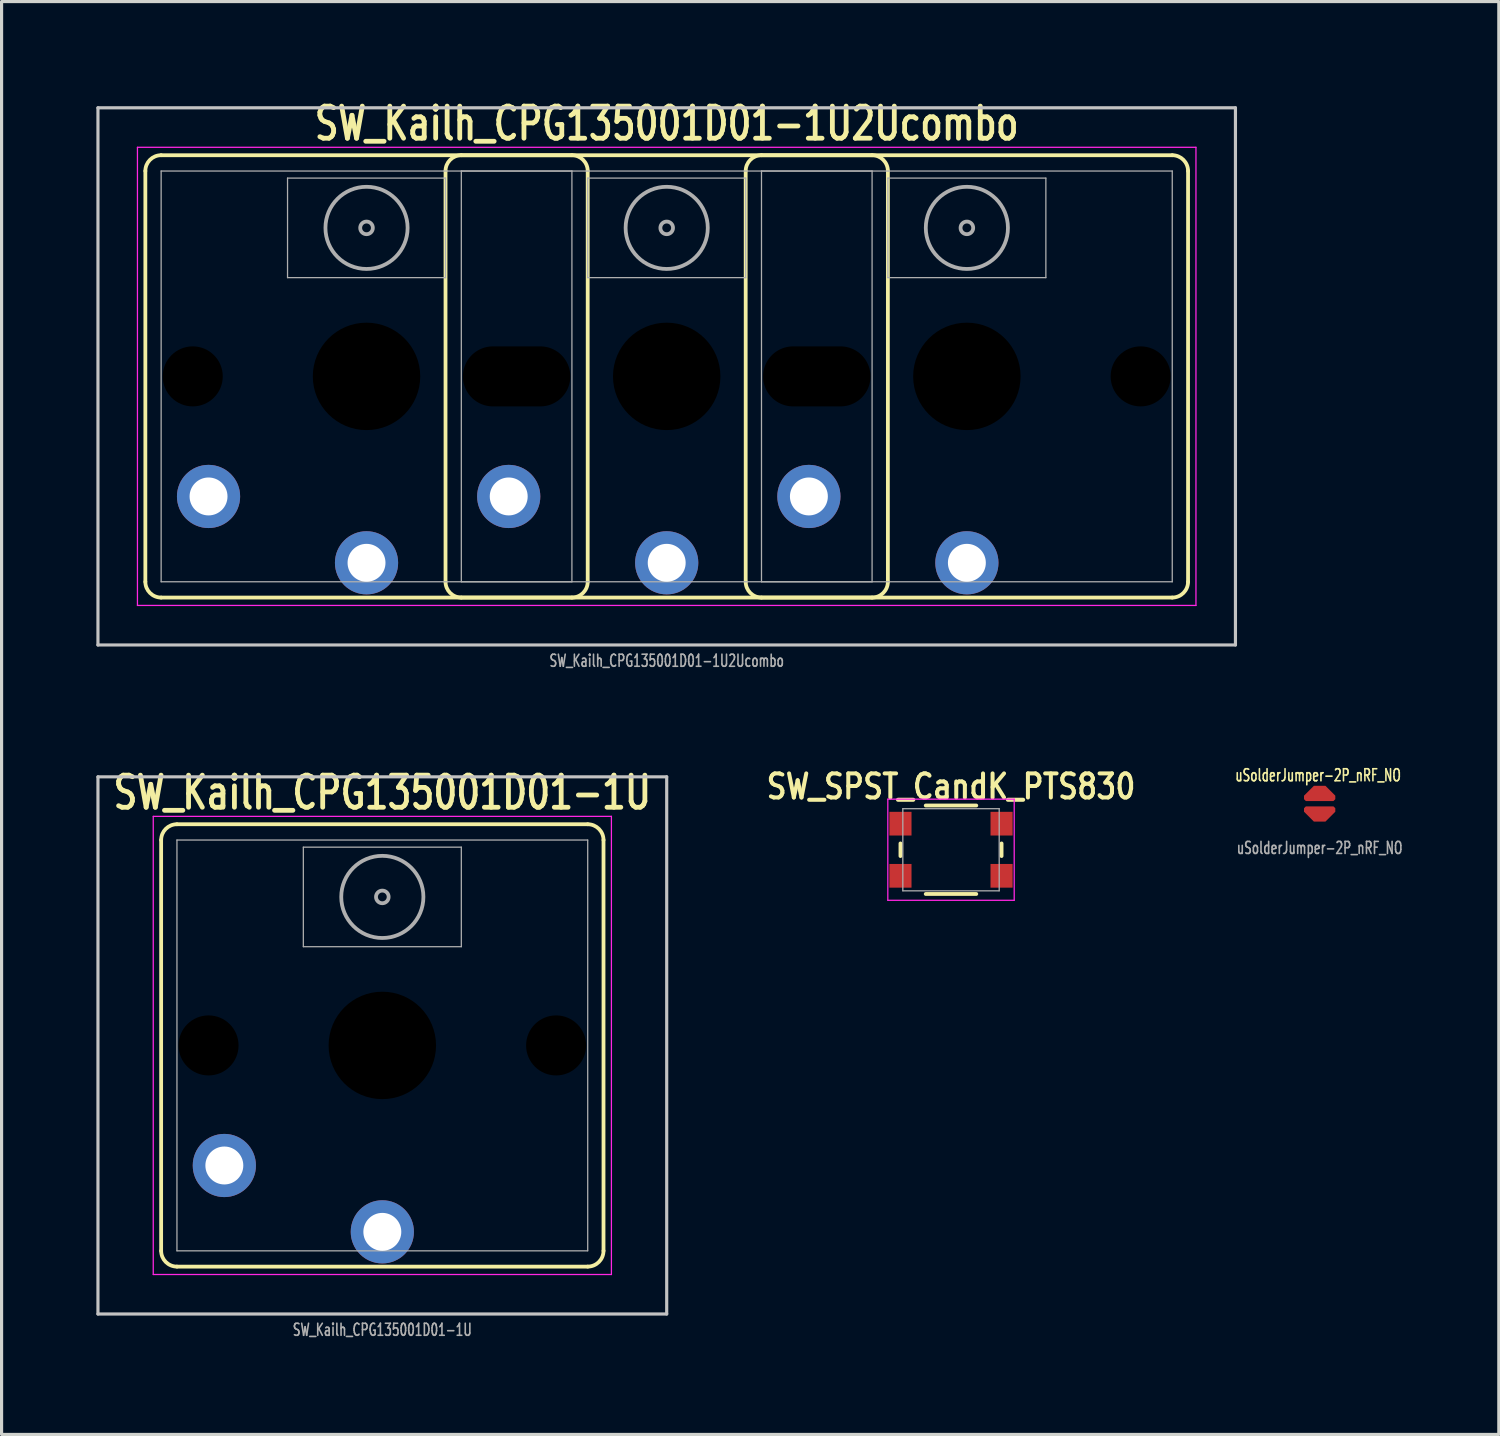
<source format=kicad_pcb>
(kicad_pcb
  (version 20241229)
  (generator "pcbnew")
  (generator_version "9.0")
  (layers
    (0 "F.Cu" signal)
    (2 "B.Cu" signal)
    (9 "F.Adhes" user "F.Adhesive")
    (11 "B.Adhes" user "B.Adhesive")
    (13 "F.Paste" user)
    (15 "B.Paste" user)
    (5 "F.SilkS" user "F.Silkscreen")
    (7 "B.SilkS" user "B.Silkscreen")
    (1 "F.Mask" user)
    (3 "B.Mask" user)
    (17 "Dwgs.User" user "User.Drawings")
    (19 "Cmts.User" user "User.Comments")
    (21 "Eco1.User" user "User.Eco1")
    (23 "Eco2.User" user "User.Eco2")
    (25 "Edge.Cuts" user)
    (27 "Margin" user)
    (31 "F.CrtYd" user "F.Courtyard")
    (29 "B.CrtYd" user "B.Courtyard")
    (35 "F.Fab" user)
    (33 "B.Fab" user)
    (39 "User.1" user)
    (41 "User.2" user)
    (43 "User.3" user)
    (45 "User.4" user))
  (footprint "SW_SPST_CandK_PTS830"
    (layer "F.Cu")
    (at 27.048 23.843)
    (property "Reference" "SW_SPST_CandK_PTS830" (at 0 -2 0) (layer "F.SilkS") (effects (font (size 0.762 0.635) (thickness 0.127))))
    (attr smd)
    (fp_line (start -1.6 -0.2) (end -1.6 0.2) (stroke (width 0.12) (type solid)) (layer "F.SilkS"))
    (fp_line (start -0.8 -1.4) (end 0.8 -1.4) (stroke (width 0.12) (type solid)) (layer "F.SilkS"))
    (fp_line (start -0.8 1.4) (end 0.8 1.4) (stroke (width 0.12) (type solid)) (layer "F.SilkS"))
    (fp_line (start 1.6 -0.2) (end 1.6 0.2) (stroke (width 0.12) (type solid)) (layer "F.SilkS"))
    (fp_line (start -2 -1.6) (end -2 1.6) (stroke (width 0.04) (type solid)) (layer "F.CrtYd"))
    (fp_line (start -2 -1.6) (end 2 -1.6) (stroke (width 0.04) (type solid)) (layer "F.CrtYd"))
    (fp_line (start -2 1.6) (end 2 1.6) (stroke (width 0.04) (type solid)) (layer "F.CrtYd"))
    (fp_line (start 2 -1.6) (end 2 1.6) (stroke (width 0.04) (type solid)) (layer "F.CrtYd"))
    (fp_line (start -1.525 -1.3) (end -1.525 1.3) (stroke (width 0.04) (type solid)) (layer "F.Fab"))
    (fp_line (start -1.525 -1.3) (end 1.525 -1.3) (stroke (width 0.04) (type solid)) (layer "F.Fab"))
    (fp_line (start 1.525 -1.3) (end 1.525 1.3) (stroke (width 0.04) (type solid)) (layer "F.Fab"))
    (fp_line (start 1.525 1.3) (end -1.525 1.3) (stroke (width 0.04) (type solid)) (layer "F.Fab"))
    (pad "1" smd rect (at -1.6 -0.825) (size 0.7 0.75) (layers "F.Cu" "F.Mask" "F.Paste"))
    (pad "1" smd rect (at 1.6 -0.825) (size 0.7 0.75) (layers "F.Cu" "F.Mask" "F.Paste"))
    (pad "2" smd rect (at -1.6 0.825) (size 0.7 0.75) (layers "F.Cu" "F.Mask" "F.Paste"))
    (pad "2" smd rect (at 1.6 0.825) (size 0.7 0.75) (layers "F.Cu" "F.Mask" "F.Paste")))
  (footprint "SW_Kailh_CPG135001D01-1U"
    (layer "F.Cu")
    (at 9.05 30.036)
    (property "Reference" "SW_Kailh_CPG135001D01-1U" (at 0 -8 0) (unlocked yes) (layer "F.SilkS") (effects (font (size 1.016 0.762) (thickness 0.152))))
    (attr through_hole)
    (fp_line (start -7 -6.5) (end -7 6.5) (stroke (width 0.12) (type solid)) (layer "F.SilkS"))
    (fp_line (start 6.5 -7) (end -6.5 -7) (stroke (width 0.12) (type solid)) (layer "F.SilkS"))
    (fp_line (start 6.5 7) (end -6.5 7) (stroke (width 0.12) (type solid)) (layer "F.SilkS"))
    (fp_line (start 7 6.5) (end 7 -6.5) (stroke (width 0.12) (type solid)) (layer "F.SilkS"))
    (fp_arc (start -7 -6.5) (mid -6.853553 -6.853553) (end -6.5 -7) (stroke (width 0.12) (type solid)) (layer "F.SilkS"))
    (fp_arc (start -6.5 7) (mid -6.853553 6.853553) (end -7 6.5) (stroke (width 0.12) (type solid)) (layer "F.SilkS"))
    (fp_arc (start 6.5 -7) (mid 6.853553 -6.853553) (end 7 -6.5) (stroke (width 0.12) (type solid)) (layer "F.SilkS"))
    (fp_arc (start 7 6.5) (mid 6.853553 6.853553) (end 6.5 7) (stroke (width 0.12) (type solid)) (layer "F.SilkS"))
    (fp_line (start -9 -8.5) (end -9 8.5) (stroke (width 0.1) (type solid)) (layer "Dwgs.User"))
    (fp_line (start -9 8.5) (end 9 8.5) (stroke (width 0.1) (type solid)) (layer "Dwgs.User"))
    (fp_line (start 9 -8.5) (end -9 -8.5) (stroke (width 0.1) (type solid)) (layer "Dwgs.User"))
    (fp_line (start 9 8.5) (end 9 -8.5) (stroke (width 0.1) (type solid)) (layer "Dwgs.User"))
    (fp_line (start -7.25 7.25) (end -7.25 -7.25) (stroke (width 0.04) (type solid)) (layer "F.CrtYd"))
    (fp_line (start -7.25 7.25) (end 7.25 7.25) (stroke (width 0.04) (type solid)) (layer "F.CrtYd"))
    (fp_line (start 7.25 -7.25) (end -7.25 -7.25) (stroke (width 0.04) (type solid)) (layer "F.CrtYd"))
    (fp_line (start 7.25 -7.25) (end 7.25 7.25) (stroke (width 0.04) (type solid)) (layer "F.CrtYd"))
    (fp_line (start -6.5 -6.5) (end 6.5 -6.5) (stroke (width 0.04) (type solid)) (layer "F.Fab"))
    (fp_line (start -6.5 6.5) (end -6.5 -6.5) (stroke (width 0.04) (type solid)) (layer "F.Fab"))
    (fp_line (start -2.5 -6.275) (end 2.5 -6.275) (stroke (width 0.04) (type solid)) (layer "F.Fab"))
    (fp_line (start -2.5 -3.125) (end -2.5 -6.275) (stroke (width 0.04) (type solid)) (layer "F.Fab"))
    (fp_line (start -2.5 -3.125) (end 2.5 -3.125) (stroke (width 0.04) (type solid)) (layer "F.Fab"))
    (fp_line (start 2.5 -3.125) (end 2.5 -6.275) (stroke (width 0.04) (type solid)) (layer "F.Fab"))
    (fp_line (start 6.5 -6.5) (end 6.5 6.5) (stroke (width 0.04) (type solid)) (layer "F.Fab"))
    (fp_line (start 6.5 6.5) (end -6.5 6.5) (stroke (width 0.04) (type solid)) (layer "F.Fab"))
    (fp_circle (center 0 -4.7) (end 0.2 -4.7) (stroke (width 0.12) (type solid)) (fill no) (layer "F.Fab"))
    (fp_circle (center 0 -4.7) (end 1.3 -4.7) (stroke (width 0.12) (type solid)) (fill no) (layer "F.Fab"))
    (fp_text user "${REFERENCE}" (at 0 9 0) (unlocked yes) (layer "F.Fab") (effects (font (size 0.381 0.254) (thickness 0.051))))
    (pad "" np_thru_hole circle (at -5.5 0) (size 1.9 1.9) (drill 1.9) (layers "*.Mask"))
    (pad "" np_thru_hole circle (at 0 0) (size 3.4 3.4) (drill 3.4) (layers "*.Mask"))
    (pad "" np_thru_hole circle (at 5.5 0) (size 1.9 1.9) (drill 1.9) (layers "*.Mask"))
    (pad "1" thru_hole circle (at -5 3.8) (size 2 2) (drill 1.2) (layers "*.Cu" "*.Mask"))
    (pad "2" thru_hole circle (at 0 5.9) (size 2 2) (drill 1.2) (layers "*.Cu" "*.Mask")))
  (footprint "uSolderJumper-2P_nRF_NO"
    (layer "F.Cu")
    (at 38.715 22.386)
    (property "Reference" "uSolderJumper-2P_nRF_NO" (at -0.05 -0.9 0) (unlocked yes) (layer "F.SilkS") (effects (font (size 0.381 0.254) (thickness 0.051))))
    (attr smd exclude_from_pos_files exclude_from_bom)
    (fp_text user "${REFERENCE}" (at 0 1.4 0) (unlocked yes) (layer "F.Fab") (effects (font (size 0.381 0.254) (thickness 0.051))))
    (pad "1" smd custom (at 0 -0.3) (size 0.254 0.254) (layers "F.Cu" "F.Mask") (options (anchor circle)) (primitives (gr_poly (pts (xy -0.432 0.203) (xy -0.483 0.152) (xy -0.483 0.051) (xy -0.178 -0.254) (xy 0.178 -0.254) (xy 0.483 0.051) (xy 0.483 0.152) (xy 0.432 0.203)) (width 0.025) (fill yes))))
    (pad "2" smd custom (at 0 0.3 180) (size 0.254 0.254) (layers "F.Cu" "F.Mask") (options (anchor circle)) (primitives (gr_poly (pts (xy -0.432 0.203) (xy -0.483 0.152) (xy -0.483 0.051) (xy -0.178 -0.254) (xy 0.178 -0.254) (xy 0.483 0.051) (xy 0.483 0.152) (xy 0.432 0.203)) (width 0.025) (fill yes)))))
  (footprint "SW_Kailh_CPG135001D01-1U2Ucombo"
    (layer "F.Cu")
    (at 18.05 8.862)
    (property "Reference" "SW_Kailh_CPG135001D01-1U2Ucombo" (at 0 -8 0) (unlocked yes) (layer "F.SilkS") (effects (font (size 1.016 0.762) (thickness 0.152))))
    (attr through_hole)
    (fp_line (start -16.5 -6.5) (end -16.5 6.5) (stroke (width 0.12) (type solid)) (layer "F.SilkS"))
    (fp_line (start -7 -6.5) (end -7 6.5) (stroke (width 0.12) (type solid)) (layer "F.SilkS"))
    (fp_line (start -3 -7) (end -16 -7) (stroke (width 0.12) (type solid)) (layer "F.SilkS"))
    (fp_line (start -3 7) (end -16 7) (stroke (width 0.12) (type solid)) (layer "F.SilkS"))
    (fp_line (start -2.5 6.5) (end -2.5 -6.5) (stroke (width 0.12) (type solid)) (layer "F.SilkS"))
    (fp_line (start 2.5 -6.5) (end 2.5 6.5) (stroke (width 0.12) (type solid)) (layer "F.SilkS"))
    (fp_line (start 6.5 -7) (end -6.5 -7) (stroke (width 0.12) (type solid)) (layer "F.SilkS"))
    (fp_line (start 6.5 7) (end -6.5 7) (stroke (width 0.12) (type solid)) (layer "F.SilkS"))
    (fp_line (start 7 6.5) (end 7 -6.5) (stroke (width 0.12) (type solid)) (layer "F.SilkS"))
    (fp_line (start 16 -7) (end 3 -7) (stroke (width 0.12) (type solid)) (layer "F.SilkS"))
    (fp_line (start 16 7) (end 3 7) (stroke (width 0.12) (type solid)) (layer "F.SilkS"))
    (fp_line (start 16.5 6.5) (end 16.5 -6.5) (stroke (width 0.12) (type solid)) (layer "F.SilkS"))
    (fp_arc (start -16.5 -6.5) (mid -16.353553 -6.853553) (end -16 -7) (stroke (width 0.12) (type solid)) (layer "F.SilkS"))
    (fp_arc (start -16 7) (mid -16.353553 6.853553) (end -16.5 6.5) (stroke (width 0.12) (type solid)) (layer "F.SilkS"))
    (fp_arc (start -7 -6.5) (mid -6.853553 -6.853553) (end -6.5 -7) (stroke (width 0.12) (type solid)) (layer "F.SilkS"))
    (fp_arc (start -6.5 7) (mid -6.853553 6.853553) (end -7 6.5) (stroke (width 0.12) (type solid)) (layer "F.SilkS"))
    (fp_arc (start -3 -7) (mid -2.646447 -6.853553) (end -2.5 -6.5) (stroke (width 0.12) (type solid)) (layer "F.SilkS"))
    (fp_arc (start -2.5 6.5) (mid -2.646447 6.853553) (end -3 7) (stroke (width 0.12) (type solid)) (layer "F.SilkS"))
    (fp_arc (start 2.5 -6.5) (mid 2.646447 -6.853553) (end 3 -7) (stroke (width 0.12) (type solid)) (layer "F.SilkS"))
    (fp_arc (start 3 7) (mid 2.646447 6.853553) (end 2.5 6.5) (stroke (width 0.12) (type solid)) (layer "F.SilkS"))
    (fp_arc (start 6.5 -7) (mid 6.853553 -6.853553) (end 7 -6.5) (stroke (width 0.12) (type solid)) (layer "F.SilkS"))
    (fp_arc (start 7 6.5) (mid 6.853553 6.853553) (end 6.5 7) (stroke (width 0.12) (type solid)) (layer "F.SilkS"))
    (fp_arc (start 16 -7) (mid 16.353553 -6.853553) (end 16.5 -6.5) (stroke (width 0.12) (type solid)) (layer "F.SilkS"))
    (fp_arc (start 16.5 6.5) (mid 16.353553 6.853553) (end 16 7) (stroke (width 0.12) (type solid)) (layer "F.SilkS"))
    (fp_line (start -18 -8.5) (end -18 8.5) (stroke (width 0.1) (type solid)) (layer "Dwgs.User"))
    (fp_line (start -18 8.5) (end 18 8.5) (stroke (width 0.1) (type solid)) (layer "Dwgs.User"))
    (fp_line (start 18 -8.5) (end -18 -8.5) (stroke (width 0.1) (type solid)) (layer "Dwgs.User"))
    (fp_line (start 18 8.5) (end 18 -8.5) (stroke (width 0.1) (type solid)) (layer "Dwgs.User"))
    (fp_line (start -16.75 7.25) (end -16.75 -7.25) (stroke (width 0.04) (type solid)) (layer "F.CrtYd"))
    (fp_line (start -16.75 7.25) (end 16.75 7.25) (stroke (width 0.04) (type solid)) (layer "F.CrtYd"))
    (fp_line (start 16.75 -7.25) (end -16.75 -7.25) (stroke (width 0.04) (type solid)) (layer "F.CrtYd"))
    (fp_line (start 16.75 -7.25) (end 16.75 7.25) (stroke (width 0.04) (type solid)) (layer "F.CrtYd"))
    (fp_line (start -16 -6.5) (end -3 -6.5) (stroke (width 0.04) (type solid)) (layer "F.Fab"))
    (fp_line (start -16 6.5) (end -16 -6.5) (stroke (width 0.04) (type solid)) (layer "F.Fab"))
    (fp_line (start -12 -6.275) (end -7 -6.275) (stroke (width 0.04) (type solid)) (layer "F.Fab"))
    (fp_line (start -12 -3.125) (end -12 -6.275) (stroke (width 0.04) (type solid)) (layer "F.Fab"))
    (fp_line (start -12 -3.125) (end -7 -3.125) (stroke (width 0.04) (type solid)) (layer "F.Fab"))
    (fp_line (start -7 -3.125) (end -7 -6.275) (stroke (width 0.04) (type solid)) (layer "F.Fab"))
    (fp_line (start -6.5 -6.5) (end 6.5 -6.5) (stroke (width 0.04) (type solid)) (layer "F.Fab"))
    (fp_line (start -6.5 6.5) (end -6.5 -6.5) (stroke (width 0.04) (type solid)) (layer "F.Fab"))
    (fp_line (start -3 -6.5) (end -3 6.5) (stroke (width 0.04) (type solid)) (layer "F.Fab"))
    (fp_line (start -3 6.5) (end -16 6.5) (stroke (width 0.04) (type solid)) (layer "F.Fab"))
    (fp_line (start -2.5 -6.275) (end 2.5 -6.275) (stroke (width 0.04) (type solid)) (layer "F.Fab"))
    (fp_line (start -2.5 -3.125) (end -2.5 -6.275) (stroke (width 0.04) (type solid)) (layer "F.Fab"))
    (fp_line (start -2.5 -3.125) (end 2.5 -3.125) (stroke (width 0.04) (type solid)) (layer "F.Fab"))
    (fp_line (start 2.5 -3.125) (end 2.5 -6.275) (stroke (width 0.04) (type solid)) (layer "F.Fab"))
    (fp_line (start 3 -6.5) (end 16 -6.5) (stroke (width 0.04) (type solid)) (layer "F.Fab"))
    (fp_line (start 3 6.5) (end 3 -6.5) (stroke (width 0.04) (type solid)) (layer "F.Fab"))
    (fp_line (start 6.5 -6.5) (end 6.5 6.5) (stroke (width 0.04) (type solid)) (layer "F.Fab"))
    (fp_line (start 6.5 6.5) (end -6.5 6.5) (stroke (width 0.04) (type solid)) (layer "F.Fab"))
    (fp_line (start 7 -6.275) (end 12 -6.275) (stroke (width 0.04) (type solid)) (layer "F.Fab"))
    (fp_line (start 7 -3.125) (end 7 -6.275) (stroke (width 0.04) (type solid)) (layer "F.Fab"))
    (fp_line (start 7 -3.125) (end 12 -3.125) (stroke (width 0.04) (type solid)) (layer "F.Fab"))
    (fp_line (start 12 -3.125) (end 12 -6.275) (stroke (width 0.04) (type solid)) (layer "F.Fab"))
    (fp_line (start 16 -6.5) (end 16 6.5) (stroke (width 0.04) (type solid)) (layer "F.Fab"))
    (fp_line (start 16 6.5) (end 3 6.5) (stroke (width 0.04) (type solid)) (layer "F.Fab"))
    (fp_circle (center -9.5 -4.7) (end -9.3 -4.7) (stroke (width 0.12) (type solid)) (fill no) (layer "F.Fab"))
    (fp_circle (center -9.5 -4.7) (end -8.2 -4.7) (stroke (width 0.12) (type solid)) (fill no) (layer "F.Fab"))
    (fp_circle (center 0 -4.7) (end 0.2 -4.7) (stroke (width 0.12) (type solid)) (fill no) (layer "F.Fab"))
    (fp_circle (center 0 -4.7) (end 1.3 -4.7) (stroke (width 0.12) (type solid)) (fill no) (layer "F.Fab"))
    (fp_circle (center 9.5 -4.7) (end 9.7 -4.7) (stroke (width 0.12) (type solid)) (fill no) (layer "F.Fab"))
    (fp_circle (center 9.5 -4.7) (end 10.8 -4.7) (stroke (width 0.12) (type solid)) (fill no) (layer "F.Fab"))
    (fp_text user "${REFERENCE}" (at 0 9 0) (unlocked yes) (layer "F.Fab") (effects (font (size 0.381 0.254) (thickness 0.051))))
    (pad "" np_thru_hole circle (at -15 0) (size 1.9 1.9) (drill 1.9) (layers "*.Mask"))
    (pad "" np_thru_hole circle (at -9.5 0) (size 3.4 3.4) (drill 3.4) (layers "*.Mask"))
    (pad "" np_thru_hole oval (at -4.75 0) (size 3.4 1.9) (drill oval 3.4 1.9) (layers "*.Mask"))
    (pad "" np_thru_hole circle (at 0 0) (size 3.4 3.4) (drill 3.4) (layers "*.Mask"))
    (pad "" np_thru_hole oval (at 4.75 0) (size 3.4 1.9) (drill oval 3.4 1.9) (layers "*.Mask"))
    (pad "" np_thru_hole circle (at 9.5 0) (size 3.4 3.4) (drill 3.4) (layers "*.Mask"))
    (pad "" np_thru_hole circle (at 15 0) (size 1.9 1.9) (drill 1.9) (layers "*.Mask"))
    (pad "1" thru_hole circle (at -14.5 3.8) (size 2 2) (drill 1.2) (layers "*.Cu" "*.Mask"))
    (pad "1" thru_hole circle (at -5 3.8) (size 2 2) (drill 1.2) (layers "*.Cu" "*.Mask"))
    (pad "2" thru_hole circle (at -9.5 5.9) (size 2 2) (drill 1.2) (layers "*.Cu" "*.Mask"))
    (pad "2" thru_hole circle (at 0 5.9) (size 2 2) (drill 1.2) (layers "*.Cu" "*.Mask"))
    (pad "3" thru_hole circle (at 4.5 3.8) (size 2 2) (drill 1.2) (layers "*.Cu" "*.Mask"))
    (pad "4" thru_hole circle (at 9.5 5.9) (size 2 2) (drill 1.2) (layers "*.Cu" "*.Mask")))
  (gr_rect
    (start -3 -3)
    (end 44.385 42.348)
    (stroke (width 0.1) (type default))
    (fill no)
    (layer "Edge.Cuts")))
</source>
